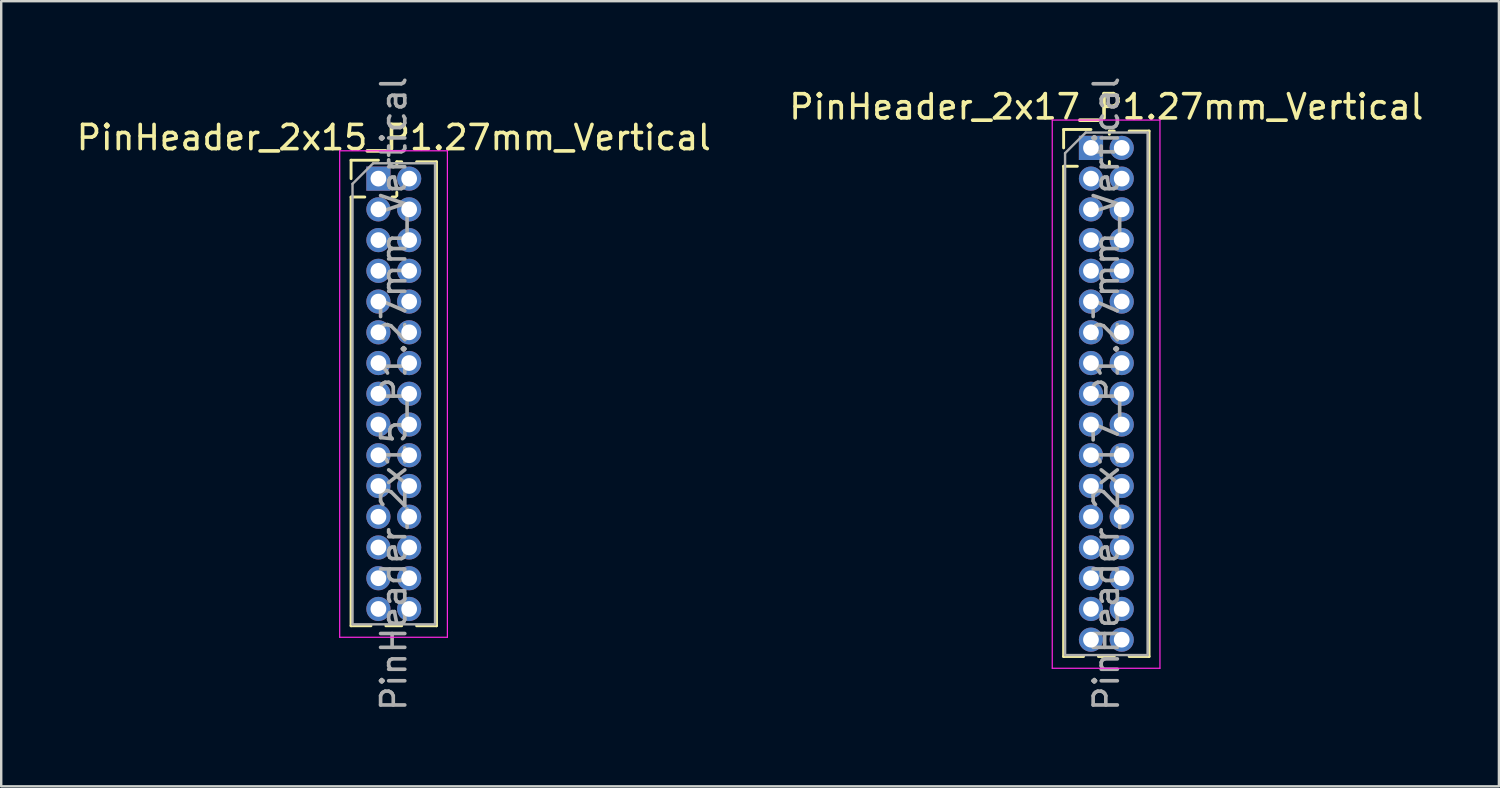
<source format=kicad_pcb>
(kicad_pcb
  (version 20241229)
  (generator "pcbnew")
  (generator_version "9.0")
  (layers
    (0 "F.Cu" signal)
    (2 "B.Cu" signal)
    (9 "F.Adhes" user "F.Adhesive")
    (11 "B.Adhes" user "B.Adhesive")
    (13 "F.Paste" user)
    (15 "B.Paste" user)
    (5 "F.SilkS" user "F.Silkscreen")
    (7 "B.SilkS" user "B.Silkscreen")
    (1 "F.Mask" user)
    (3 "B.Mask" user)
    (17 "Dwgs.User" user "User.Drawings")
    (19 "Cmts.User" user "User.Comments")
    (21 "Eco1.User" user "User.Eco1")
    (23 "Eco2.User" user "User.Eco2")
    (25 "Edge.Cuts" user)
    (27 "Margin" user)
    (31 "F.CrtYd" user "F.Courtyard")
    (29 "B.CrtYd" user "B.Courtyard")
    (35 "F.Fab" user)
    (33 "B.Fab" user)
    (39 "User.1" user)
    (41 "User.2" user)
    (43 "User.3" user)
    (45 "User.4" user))
  (footprint "PinHeader_2x17_P1.27mm_Vertical"
    (layer "F.Cu")
    (at 42.026 3.06)
    (property "Reference" "PinHeader_2x17_P1.27mm_Vertical" (at 0.635 -1.695 0) (layer "F.SilkS") (effects (font (size 1 1) (thickness 0.15))))
    (attr through_hole)
    (fp_line (start -1.13 -0.76) (end 0 -0.76) (stroke (width 0.12) (type solid)) (layer "F.SilkS"))
    (fp_line (start -1.13 0) (end -1.13 -0.76) (stroke (width 0.12) (type solid)) (layer "F.SilkS"))
    (fp_line (start -1.13 0.76) (end -1.13 21.015) (stroke (width 0.12) (type solid)) (layer "F.SilkS"))
    (fp_line (start -1.13 0.76) (end -0.563 0.76) (stroke (width 0.12) (type solid)) (layer "F.SilkS"))
    (fp_line (start -1.13 21.015) (end -0.308 21.015) (stroke (width 0.12) (type solid)) (layer "F.SilkS"))
    (fp_line (start 0.308 21.015) (end 0.962 21.015) (stroke (width 0.12) (type solid)) (layer "F.SilkS"))
    (fp_line (start 0.563 0.76) (end 0.707 0.76) (stroke (width 0.12) (type solid)) (layer "F.SilkS"))
    (fp_line (start 0.76 -0.695) (end 0.962 -0.695) (stroke (width 0.12) (type solid)) (layer "F.SilkS"))
    (fp_line (start 0.76 -0.563) (end 0.76 -0.695) (stroke (width 0.12) (type solid)) (layer "F.SilkS"))
    (fp_line (start 0.76 0.707) (end 0.76 0.563) (stroke (width 0.12) (type solid)) (layer "F.SilkS"))
    (fp_line (start 1.578 -0.695) (end 2.4 -0.695) (stroke (width 0.12) (type solid)) (layer "F.SilkS"))
    (fp_line (start 1.578 21.015) (end 2.4 21.015) (stroke (width 0.12) (type solid)) (layer "F.SilkS"))
    (fp_line (start 2.4 -0.695) (end 2.4 21.015) (stroke (width 0.12) (type solid)) (layer "F.SilkS"))
    (fp_line (start -1.6 -1.15) (end -1.6 21.5) (stroke (width 0.05) (type solid)) (layer "F.CrtYd"))
    (fp_line (start -1.6 21.5) (end 2.85 21.5) (stroke (width 0.05) (type solid)) (layer "F.CrtYd"))
    (fp_line (start 2.85 -1.15) (end -1.6 -1.15) (stroke (width 0.05) (type solid)) (layer "F.CrtYd"))
    (fp_line (start 2.85 21.5) (end 2.85 -1.15) (stroke (width 0.05) (type solid)) (layer "F.CrtYd"))
    (fp_line (start -1.07 0.217) (end -0.217 -0.635) (stroke (width 0.1) (type solid)) (layer "F.Fab"))
    (fp_line (start -1.07 20.955) (end -1.07 0.217) (stroke (width 0.1) (type solid)) (layer "F.Fab"))
    (fp_line (start -0.217 -0.635) (end 2.34 -0.635) (stroke (width 0.1) (type solid)) (layer "F.Fab"))
    (fp_line (start 2.34 -0.635) (end 2.34 20.955) (stroke (width 0.1) (type solid)) (layer "F.Fab"))
    (fp_line (start 2.34 20.955) (end -1.07 20.955) (stroke (width 0.1) (type solid)) (layer "F.Fab"))
    (fp_text user "${REFERENCE}" (at 0.635 10.16 90) (layer "F.Fab") (effects (font (size 1 1) (thickness 0.15))))
    (pad "1" thru_hole rect (at 0 0) (size 1 1) (drill 0.65) (layers "*.Cu" "*.Mask"))
    (pad "2" thru_hole oval (at 1.27 0) (size 1 1) (drill 0.65) (layers "*.Cu" "*.Mask"))
    (pad "3" thru_hole oval (at 0 1.27) (size 1 1) (drill 0.65) (layers "*.Cu" "*.Mask"))
    (pad "4" thru_hole oval (at 1.27 1.27) (size 1 1) (drill 0.65) (layers "*.Cu" "*.Mask"))
    (pad "5" thru_hole oval (at 0 2.54) (size 1 1) (drill 0.65) (layers "*.Cu" "*.Mask"))
    (pad "6" thru_hole oval (at 1.27 2.54) (size 1 1) (drill 0.65) (layers "*.Cu" "*.Mask"))
    (pad "7" thru_hole oval (at 0 3.81) (size 1 1) (drill 0.65) (layers "*.Cu" "*.Mask"))
    (pad "8" thru_hole oval (at 1.27 3.81) (size 1 1) (drill 0.65) (layers "*.Cu" "*.Mask"))
    (pad "9" thru_hole oval (at 0 5.08) (size 1 1) (drill 0.65) (layers "*.Cu" "*.Mask"))
    (pad "10" thru_hole oval (at 1.27 5.08) (size 1 1) (drill 0.65) (layers "*.Cu" "*.Mask"))
    (pad "11" thru_hole oval (at 0 6.35) (size 1 1) (drill 0.65) (layers "*.Cu" "*.Mask"))
    (pad "12" thru_hole oval (at 1.27 6.35) (size 1 1) (drill 0.65) (layers "*.Cu" "*.Mask"))
    (pad "13" thru_hole oval (at 0 7.62) (size 1 1) (drill 0.65) (layers "*.Cu" "*.Mask"))
    (pad "14" thru_hole oval (at 1.27 7.62) (size 1 1) (drill 0.65) (layers "*.Cu" "*.Mask"))
    (pad "15" thru_hole oval (at 0 8.89) (size 1 1) (drill 0.65) (layers "*.Cu" "*.Mask"))
    (pad "16" thru_hole oval (at 1.27 8.89) (size 1 1) (drill 0.65) (layers "*.Cu" "*.Mask"))
    (pad "17" thru_hole oval (at 0 10.16) (size 1 1) (drill 0.65) (layers "*.Cu" "*.Mask"))
    (pad "18" thru_hole oval (at 1.27 10.16) (size 1 1) (drill 0.65) (layers "*.Cu" "*.Mask"))
    (pad "19" thru_hole oval (at 0 11.43) (size 1 1) (drill 0.65) (layers "*.Cu" "*.Mask"))
    (pad "20" thru_hole oval (at 1.27 11.43) (size 1 1) (drill 0.65) (layers "*.Cu" "*.Mask"))
    (pad "21" thru_hole oval (at 0 12.7) (size 1 1) (drill 0.65) (layers "*.Cu" "*.Mask"))
    (pad "22" thru_hole oval (at 1.27 12.7) (size 1 1) (drill 0.65) (layers "*.Cu" "*.Mask"))
    (pad "23" thru_hole oval (at 0 13.97) (size 1 1) (drill 0.65) (layers "*.Cu" "*.Mask"))
    (pad "24" thru_hole oval (at 1.27 13.97) (size 1 1) (drill 0.65) (layers "*.Cu" "*.Mask"))
    (pad "25" thru_hole oval (at 0 15.24) (size 1 1) (drill 0.65) (layers "*.Cu" "*.Mask"))
    (pad "26" thru_hole oval (at 1.27 15.24) (size 1 1) (drill 0.65) (layers "*.Cu" "*.Mask"))
    (pad "27" thru_hole oval (at 0 16.51) (size 1 1) (drill 0.65) (layers "*.Cu" "*.Mask"))
    (pad "28" thru_hole oval (at 1.27 16.51) (size 1 1) (drill 0.65) (layers "*.Cu" "*.Mask"))
    (pad "29" thru_hole oval (at 0 17.78) (size 1 1) (drill 0.65) (layers "*.Cu" "*.Mask"))
    (pad "30" thru_hole oval (at 1.27 17.78) (size 1 1) (drill 0.65) (layers "*.Cu" "*.Mask"))
    (pad "31" thru_hole oval (at 0 19.05) (size 1 1) (drill 0.65) (layers "*.Cu" "*.Mask"))
    (pad "32" thru_hole oval (at 1.27 19.05) (size 1 1) (drill 0.65) (layers "*.Cu" "*.Mask"))
    (pad "33" thru_hole oval (at 0 20.32) (size 1 1) (drill 0.65) (layers "*.Cu" "*.Mask"))
    (pad "34" thru_hole oval (at 1.27 20.32) (size 1 1) (drill 0.65) (layers "*.Cu" "*.Mask")))
  (footprint "PinHeader_2x15_P1.27mm_Vertical"
    (layer "F.Cu")
    (at 12.585 4.33)
    (property "Reference" "PinHeader_2x15_P1.27mm_Vertical" (at 0.635 -1.695 0) (layer "F.SilkS") (effects (font (size 1 1) (thickness 0.15))))
    (attr through_hole)
    (fp_line (start -1.13 -0.76) (end 0 -0.76) (stroke (width 0.12) (type solid)) (layer "F.SilkS"))
    (fp_line (start -1.13 0) (end -1.13 -0.76) (stroke (width 0.12) (type solid)) (layer "F.SilkS"))
    (fp_line (start -1.13 0.76) (end -1.13 18.475) (stroke (width 0.12) (type solid)) (layer "F.SilkS"))
    (fp_line (start -1.13 0.76) (end -0.563 0.76) (stroke (width 0.12) (type solid)) (layer "F.SilkS"))
    (fp_line (start -1.13 18.475) (end -0.308 18.475) (stroke (width 0.12) (type solid)) (layer "F.SilkS"))
    (fp_line (start 0.308 18.475) (end 0.962 18.475) (stroke (width 0.12) (type solid)) (layer "F.SilkS"))
    (fp_line (start 0.563 0.76) (end 0.707 0.76) (stroke (width 0.12) (type solid)) (layer "F.SilkS"))
    (fp_line (start 0.76 -0.695) (end 0.962 -0.695) (stroke (width 0.12) (type solid)) (layer "F.SilkS"))
    (fp_line (start 0.76 -0.563) (end 0.76 -0.695) (stroke (width 0.12) (type solid)) (layer "F.SilkS"))
    (fp_line (start 0.76 0.707) (end 0.76 0.563) (stroke (width 0.12) (type solid)) (layer "F.SilkS"))
    (fp_line (start 1.578 -0.695) (end 2.4 -0.695) (stroke (width 0.12) (type solid)) (layer "F.SilkS"))
    (fp_line (start 1.578 18.475) (end 2.4 18.475) (stroke (width 0.12) (type solid)) (layer "F.SilkS"))
    (fp_line (start 2.4 -0.695) (end 2.4 18.475) (stroke (width 0.12) (type solid)) (layer "F.SilkS"))
    (fp_line (start -1.6 -1.15) (end -1.6 18.95) (stroke (width 0.05) (type solid)) (layer "F.CrtYd"))
    (fp_line (start -1.6 18.95) (end 2.85 18.95) (stroke (width 0.05) (type solid)) (layer "F.CrtYd"))
    (fp_line (start 2.85 -1.15) (end -1.6 -1.15) (stroke (width 0.05) (type solid)) (layer "F.CrtYd"))
    (fp_line (start 2.85 18.95) (end 2.85 -1.15) (stroke (width 0.05) (type solid)) (layer "F.CrtYd"))
    (fp_line (start -1.07 0.217) (end -0.217 -0.635) (stroke (width 0.1) (type solid)) (layer "F.Fab"))
    (fp_line (start -1.07 18.415) (end -1.07 0.217) (stroke (width 0.1) (type solid)) (layer "F.Fab"))
    (fp_line (start -0.217 -0.635) (end 2.34 -0.635) (stroke (width 0.1) (type solid)) (layer "F.Fab"))
    (fp_line (start 2.34 -0.635) (end 2.34 18.415) (stroke (width 0.1) (type solid)) (layer "F.Fab"))
    (fp_line (start 2.34 18.415) (end -1.07 18.415) (stroke (width 0.1) (type solid)) (layer "F.Fab"))
    (fp_text user "${REFERENCE}" (at 0.635 8.89 90) (layer "F.Fab") (effects (font (size 1 1) (thickness 0.15))))
    (pad "1" thru_hole rect (at 0 0) (size 1 1) (drill 0.65) (layers "*.Cu" "*.Mask"))
    (pad "2" thru_hole oval (at 1.27 0) (size 1 1) (drill 0.65) (layers "*.Cu" "*.Mask"))
    (pad "3" thru_hole oval (at 0 1.27) (size 1 1) (drill 0.65) (layers "*.Cu" "*.Mask"))
    (pad "4" thru_hole oval (at 1.27 1.27) (size 1 1) (drill 0.65) (layers "*.Cu" "*.Mask"))
    (pad "5" thru_hole oval (at 0 2.54) (size 1 1) (drill 0.65) (layers "*.Cu" "*.Mask"))
    (pad "6" thru_hole oval (at 1.27 2.54) (size 1 1) (drill 0.65) (layers "*.Cu" "*.Mask"))
    (pad "7" thru_hole oval (at 0 3.81) (size 1 1) (drill 0.65) (layers "*.Cu" "*.Mask"))
    (pad "8" thru_hole oval (at 1.27 3.81) (size 1 1) (drill 0.65) (layers "*.Cu" "*.Mask"))
    (pad "9" thru_hole oval (at 0 5.08) (size 1 1) (drill 0.65) (layers "*.Cu" "*.Mask"))
    (pad "10" thru_hole oval (at 1.27 5.08) (size 1 1) (drill 0.65) (layers "*.Cu" "*.Mask"))
    (pad "11" thru_hole oval (at 0 6.35) (size 1 1) (drill 0.65) (layers "*.Cu" "*.Mask"))
    (pad "12" thru_hole oval (at 1.27 6.35) (size 1 1) (drill 0.65) (layers "*.Cu" "*.Mask"))
    (pad "13" thru_hole oval (at 0 7.62) (size 1 1) (drill 0.65) (layers "*.Cu" "*.Mask"))
    (pad "14" thru_hole oval (at 1.27 7.62) (size 1 1) (drill 0.65) (layers "*.Cu" "*.Mask"))
    (pad "15" thru_hole oval (at 0 8.89) (size 1 1) (drill 0.65) (layers "*.Cu" "*.Mask"))
    (pad "16" thru_hole oval (at 1.27 8.89) (size 1 1) (drill 0.65) (layers "*.Cu" "*.Mask"))
    (pad "17" thru_hole oval (at 0 10.16) (size 1 1) (drill 0.65) (layers "*.Cu" "*.Mask"))
    (pad "18" thru_hole oval (at 1.27 10.16) (size 1 1) (drill 0.65) (layers "*.Cu" "*.Mask"))
    (pad "19" thru_hole oval (at 0 11.43) (size 1 1) (drill 0.65) (layers "*.Cu" "*.Mask"))
    (pad "20" thru_hole oval (at 1.27 11.43) (size 1 1) (drill 0.65) (layers "*.Cu" "*.Mask"))
    (pad "21" thru_hole oval (at 0 12.7) (size 1 1) (drill 0.65) (layers "*.Cu" "*.Mask"))
    (pad "22" thru_hole oval (at 1.27 12.7) (size 1 1) (drill 0.65) (layers "*.Cu" "*.Mask"))
    (pad "23" thru_hole oval (at 0 13.97) (size 1 1) (drill 0.65) (layers "*.Cu" "*.Mask"))
    (pad "24" thru_hole oval (at 1.27 13.97) (size 1 1) (drill 0.65) (layers "*.Cu" "*.Mask"))
    (pad "25" thru_hole oval (at 0 15.24) (size 1 1) (drill 0.65) (layers "*.Cu" "*.Mask"))
    (pad "26" thru_hole oval (at 1.27 15.24) (size 1 1) (drill 0.65) (layers "*.Cu" "*.Mask"))
    (pad "27" thru_hole oval (at 0 16.51) (size 1 1) (drill 0.65) (layers "*.Cu" "*.Mask"))
    (pad "28" thru_hole oval (at 1.27 16.51) (size 1 1) (drill 0.65) (layers "*.Cu" "*.Mask"))
    (pad "29" thru_hole oval (at 0 17.78) (size 1 1) (drill 0.65) (layers "*.Cu" "*.Mask"))
    (pad "30" thru_hole oval (at 1.27 17.78) (size 1 1) (drill 0.65) (layers "*.Cu" "*.Mask")))
  (gr_rect
    (start -3 -3)
    (end 58.881 29.44)
    (stroke (width 0.1) (type default))
    (fill no)
    (layer "Edge.Cuts")))
</source>
